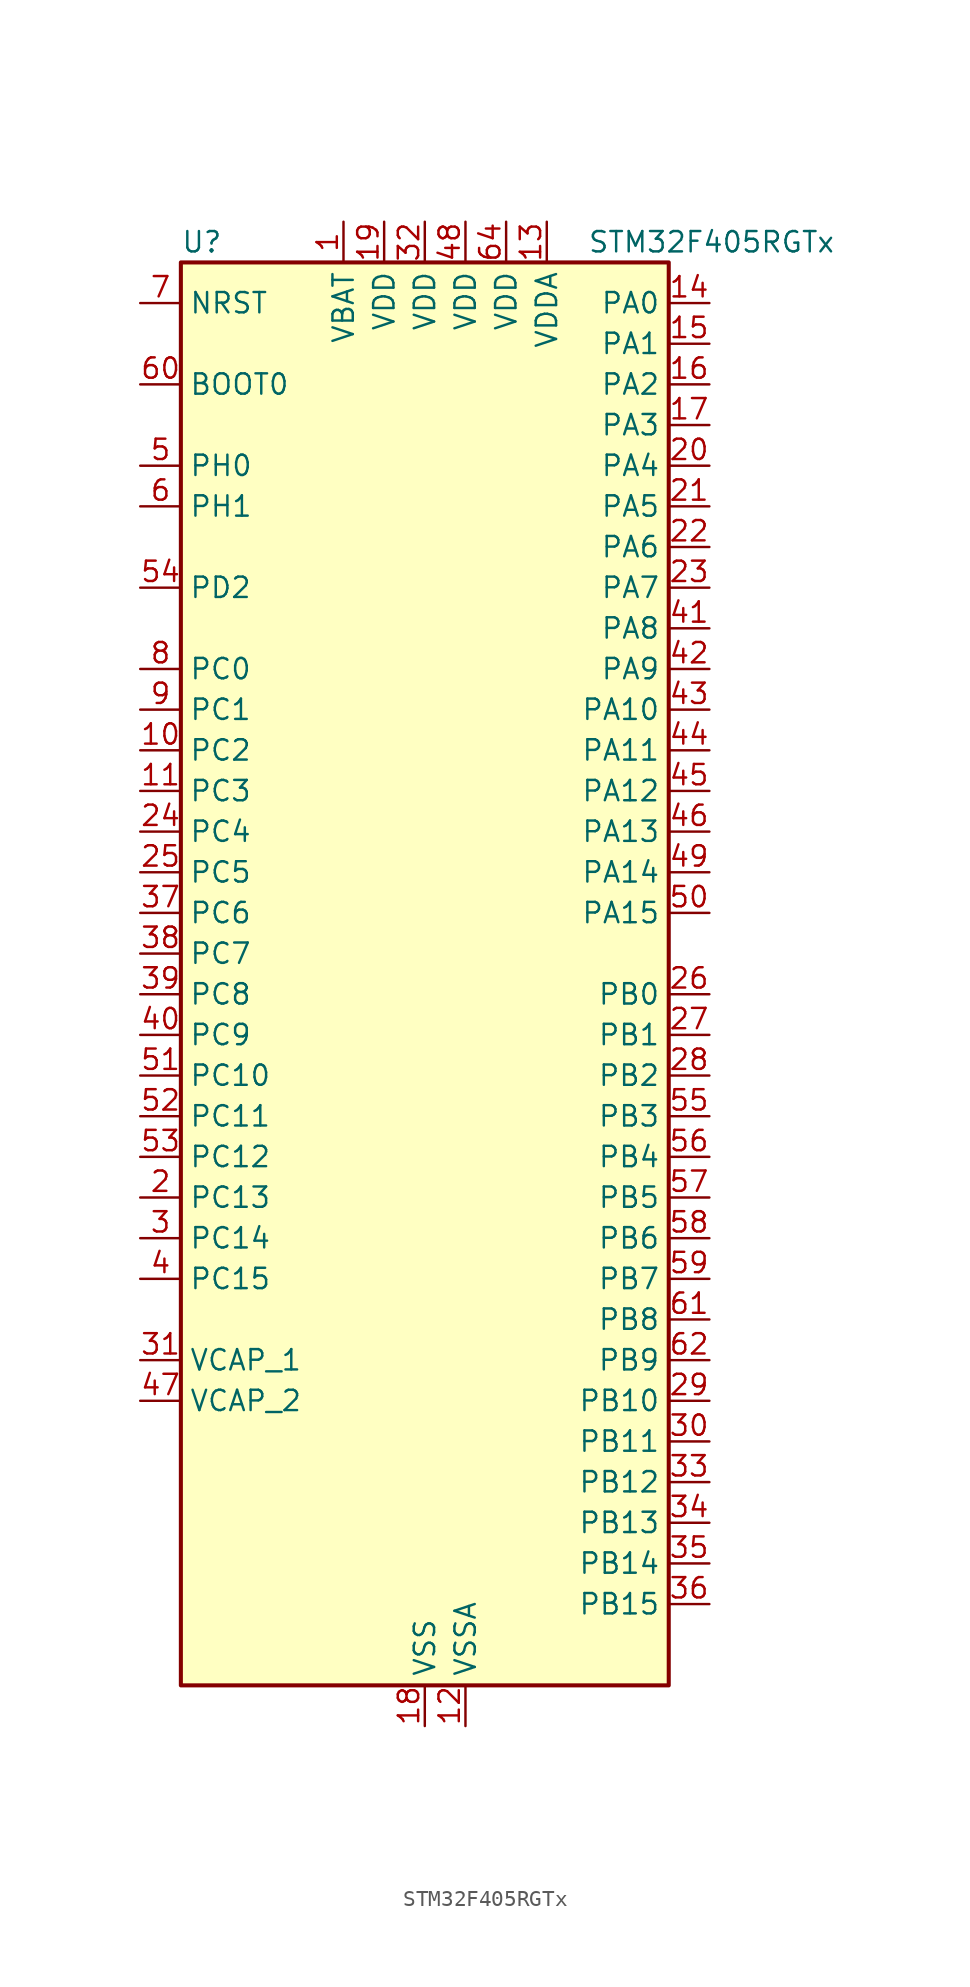
<source format=kicad_sym>
(kicad_symbol_lib
  (version 20220914)
  (generator kicad_symbol_editor)
  (symbol "STM32F405RGTx"
    (property "Reference" "U"
      (at -15.24 46.99 0)
      (effects (font (size 1.27 1.27)) (justify left)))
    (property "Value" "STM32F405RGTx"
      (at 10.16 46.99 0)
      (effects (font (size 1.27 1.27)) (justify left)))
    (property "ki_locked" ""
      (at 0 0 0)
      (effects (font (size 1.27 1.27))))
    (symbol "STM32F405RGTx_0_1"
      (rectangle (start -15.24 -43.18) (end 15.24 45.72) (stroke (width 0.254) (type default)) (fill (type background))))
    (symbol "STM32F405RGTx_1_1"
      (pin power_in line (at -5.08 48.26 270) (length 2.54) (name "VBAT" (effects (font (size 1.27 1.27)))) (number "1" (effects (font (size 1.27 1.27)))))
      (pin bidirectional line (at -17.78 15.24 0) (length 2.54) (name "PC2" (effects (font (size 1.27 1.27)))) (number "10" (effects (font (size 1.27 1.27)))) (alternate "ADC1_IN12" bidirectional line) (alternate "ADC2_IN12" bidirectional line) (alternate "ADC3_IN12" bidirectional line) (alternate "I2S2_ext_SD" bidirectional line) (alternate "SPI2_MISO" bidirectional line) (alternate "USB_OTG_HS_ULPI_DIR" bidirectional line))
      (pin bidirectional line (at -17.78 12.7 0) (length 2.54) (name "PC3" (effects (font (size 1.27 1.27)))) (number "11" (effects (font (size 1.27 1.27)))) (alternate "ADC1_IN13" bidirectional line) (alternate "ADC2_IN13" bidirectional line) (alternate "ADC3_IN13" bidirectional line) (alternate "I2S2_SD" bidirectional line) (alternate "SPI2_MOSI" bidirectional line) (alternate "USB_OTG_HS_ULPI_NXT" bidirectional line))
      (pin power_in line (at 2.54 -45.72 90) (length 2.54) (name "VSSA" (effects (font (size 1.27 1.27)))) (number "12" (effects (font (size 1.27 1.27)))))
      (pin power_in line (at 7.62 48.26 270) (length 2.54) (name "VDDA" (effects (font (size 1.27 1.27)))) (number "13" (effects (font (size 1.27 1.27)))))
      (pin bidirectional line (at 17.78 43.18 180) (length 2.54) (name "PA0" (effects (font (size 1.27 1.27)))) (number "14" (effects (font (size 1.27 1.27)))) (alternate "ADC1_IN0" bidirectional line) (alternate "ADC2_IN0" bidirectional line) (alternate "ADC3_IN0" bidirectional line) (alternate "SYS_WKUP" bidirectional line) (alternate "TIM2_CH1" bidirectional line) (alternate "TIM2_ETR" bidirectional line) (alternate "TIM5_CH1" bidirectional line) (alternate "TIM8_ETR" bidirectional line) (alternate "UART4_TX" bidirectional line) (alternate "USART2_CTS" bidirectional line))
      (pin bidirectional line (at 17.78 40.64 180) (length 2.54) (name "PA1" (effects (font (size 1.27 1.27)))) (number "15" (effects (font (size 1.27 1.27)))) (alternate "ADC1_IN1" bidirectional line) (alternate "ADC2_IN1" bidirectional line) (alternate "ADC3_IN1" bidirectional line) (alternate "TIM2_CH2" bidirectional line) (alternate "TIM5_CH2" bidirectional line) (alternate "UART4_RX" bidirectional line) (alternate "USART2_RTS" bidirectional line))
      (pin bidirectional line (at 17.78 38.1 180) (length 2.54) (name "PA2" (effects (font (size 1.27 1.27)))) (number "16" (effects (font (size 1.27 1.27)))) (alternate "ADC1_IN2" bidirectional line) (alternate "ADC2_IN2" bidirectional line) (alternate "ADC3_IN2" bidirectional line) (alternate "TIM2_CH3" bidirectional line) (alternate "TIM5_CH3" bidirectional line) (alternate "TIM9_CH1" bidirectional line) (alternate "USART2_TX" bidirectional line))
      (pin bidirectional line (at 17.78 35.56 180) (length 2.54) (name "PA3" (effects (font (size 1.27 1.27)))) (number "17" (effects (font (size 1.27 1.27)))) (alternate "ADC1_IN3" bidirectional line) (alternate "ADC2_IN3" bidirectional line) (alternate "ADC3_IN3" bidirectional line) (alternate "TIM2_CH4" bidirectional line) (alternate "TIM5_CH4" bidirectional line) (alternate "TIM9_CH2" bidirectional line) (alternate "USART2_RX" bidirectional line) (alternate "USB_OTG_HS_ULPI_D0" bidirectional line))
      (pin power_in line (at 0 -45.72 90) (length 2.54) (name "VSS" (effects (font (size 1.27 1.27)))) (number "18" (effects (font (size 1.27 1.27)))))
      (pin power_in line (at -2.54 48.26 270) (length 2.54) (name "VDD" (effects (font (size 1.27 1.27)))) (number "19" (effects (font (size 1.27 1.27)))))
      (pin bidirectional line (at -17.78 -12.7 0) (length 2.54) (name "PC13" (effects (font (size 1.27 1.27)))) (number "2" (effects (font (size 1.27 1.27)))) (alternate "RTC_AF1" bidirectional line))
      (pin bidirectional line (at 17.78 33.02 180) (length 2.54) (name "PA4" (effects (font (size 1.27 1.27)))) (number "20" (effects (font (size 1.27 1.27)))) (alternate "ADC1_IN4" bidirectional line) (alternate "ADC2_IN4" bidirectional line) (alternate "DAC_OUT1" bidirectional line) (alternate "I2S3_WS" bidirectional line) (alternate "SPI1_NSS" bidirectional line) (alternate "SPI3_NSS" bidirectional line) (alternate "USART2_CK" bidirectional line) (alternate "USB_OTG_HS_SOF" bidirectional line))
      (pin bidirectional line (at 17.78 30.48 180) (length 2.54) (name "PA5" (effects (font (size 1.27 1.27)))) (number "21" (effects (font (size 1.27 1.27)))) (alternate "ADC1_IN5" bidirectional line) (alternate "ADC2_IN5" bidirectional line) (alternate "DAC_OUT2" bidirectional line) (alternate "SPI1_SCK" bidirectional line) (alternate "TIM2_CH1" bidirectional line) (alternate "TIM2_ETR" bidirectional line) (alternate "TIM8_CH1N" bidirectional line) (alternate "USB_OTG_HS_ULPI_CK" bidirectional line))
      (pin bidirectional line (at 17.78 27.94 180) (length 2.54) (name "PA6" (effects (font (size 1.27 1.27)))) (number "22" (effects (font (size 1.27 1.27)))) (alternate "ADC1_IN6" bidirectional line) (alternate "ADC2_IN6" bidirectional line) (alternate "SPI1_MISO" bidirectional line) (alternate "TIM13_CH1" bidirectional line) (alternate "TIM1_BKIN" bidirectional line) (alternate "TIM3_CH1" bidirectional line) (alternate "TIM8_BKIN" bidirectional line))
      (pin bidirectional line (at 17.78 25.4 180) (length 2.54) (name "PA7" (effects (font (size 1.27 1.27)))) (number "23" (effects (font (size 1.27 1.27)))) (alternate "ADC1_IN7" bidirectional line) (alternate "ADC2_IN7" bidirectional line) (alternate "SPI1_MOSI" bidirectional line) (alternate "TIM14_CH1" bidirectional line) (alternate "TIM1_CH1N" bidirectional line) (alternate "TIM3_CH2" bidirectional line) (alternate "TIM8_CH1N" bidirectional line))
      (pin bidirectional line (at -17.78 10.16 0) (length 2.54) (name "PC4" (effects (font (size 1.27 1.27)))) (number "24" (effects (font (size 1.27 1.27)))) (alternate "ADC1_IN14" bidirectional line) (alternate "ADC2_IN14" bidirectional line))
      (pin bidirectional line (at -17.78 7.62 0) (length 2.54) (name "PC5" (effects (font (size 1.27 1.27)))) (number "25" (effects (font (size 1.27 1.27)))) (alternate "ADC1_IN15" bidirectional line) (alternate "ADC2_IN15" bidirectional line))
      (pin bidirectional line (at 17.78 0 180) (length 2.54) (name "PB0" (effects (font (size 1.27 1.27)))) (number "26" (effects (font (size 1.27 1.27)))) (alternate "ADC1_IN8" bidirectional line) (alternate "ADC2_IN8" bidirectional line) (alternate "TIM1_CH2N" bidirectional line) (alternate "TIM3_CH3" bidirectional line) (alternate "TIM8_CH2N" bidirectional line) (alternate "USB_OTG_HS_ULPI_D1" bidirectional line))
      (pin bidirectional line (at 17.78 -2.54 180) (length 2.54) (name "PB1" (effects (font (size 1.27 1.27)))) (number "27" (effects (font (size 1.27 1.27)))) (alternate "ADC1_IN9" bidirectional line) (alternate "ADC2_IN9" bidirectional line) (alternate "TIM1_CH3N" bidirectional line) (alternate "TIM3_CH4" bidirectional line) (alternate "TIM8_CH3N" bidirectional line) (alternate "USB_OTG_HS_ULPI_D2" bidirectional line))
      (pin bidirectional line (at 17.78 -5.08 180) (length 2.54) (name "PB2" (effects (font (size 1.27 1.27)))) (number "28" (effects (font (size 1.27 1.27)))))
      (pin bidirectional line (at 17.78 -25.4 180) (length 2.54) (name "PB10" (effects (font (size 1.27 1.27)))) (number "29" (effects (font (size 1.27 1.27)))) (alternate "I2C2_SCL" bidirectional line) (alternate "I2S2_CK" bidirectional line) (alternate "SPI2_SCK" bidirectional line) (alternate "TIM2_CH3" bidirectional line) (alternate "USART3_TX" bidirectional line) (alternate "USB_OTG_HS_ULPI_D3" bidirectional line))
      (pin bidirectional line (at -17.78 -15.24 0) (length 2.54) (name "PC14" (effects (font (size 1.27 1.27)))) (number "3" (effects (font (size 1.27 1.27)))) (alternate "RCC_OSC32_IN" bidirectional line))
      (pin bidirectional line (at 17.78 -27.94 180) (length 2.54) (name "PB11" (effects (font (size 1.27 1.27)))) (number "30" (effects (font (size 1.27 1.27)))) (alternate "ADC1_EXTI11" bidirectional line) (alternate "ADC2_EXTI11" bidirectional line) (alternate "ADC3_EXTI11" bidirectional line) (alternate "I2C2_SDA" bidirectional line) (alternate "TIM2_CH4" bidirectional line) (alternate "USART3_RX" bidirectional line) (alternate "USB_OTG_HS_ULPI_D4" bidirectional line))
      (pin power_out line (at -17.78 -22.86 0) (length 2.54) (name "VCAP_1" (effects (font (size 1.27 1.27)))) (number "31" (effects (font (size 1.27 1.27)))))
      (pin power_in line (at 0 48.26 270) (length 2.54) (name "VDD" (effects (font (size 1.27 1.27)))) (number "32" (effects (font (size 1.27 1.27)))))
      (pin bidirectional line (at 17.78 -30.48 180) (length 2.54) (name "PB12" (effects (font (size 1.27 1.27)))) (number "33" (effects (font (size 1.27 1.27)))) (alternate "CAN2_RX" bidirectional line) (alternate "I2C2_SMBA" bidirectional line) (alternate "I2S2_WS" bidirectional line) (alternate "SPI2_NSS" bidirectional line) (alternate "TIM1_BKIN" bidirectional line) (alternate "USART3_CK" bidirectional line) (alternate "USB_OTG_HS_ID" bidirectional line) (alternate "USB_OTG_HS_ULPI_D5" bidirectional line))
      (pin bidirectional line (at 17.78 -33.02 180) (length 2.54) (name "PB13" (effects (font (size 1.27 1.27)))) (number "34" (effects (font (size 1.27 1.27)))) (alternate "CAN2_TX" bidirectional line) (alternate "I2S2_CK" bidirectional line) (alternate "SPI2_SCK" bidirectional line) (alternate "TIM1_CH1N" bidirectional line) (alternate "USART3_CTS" bidirectional line) (alternate "USB_OTG_HS_ULPI_D6" bidirectional line) (alternate "USB_OTG_HS_VBUS" bidirectional line))
      (pin bidirectional line (at 17.78 -35.56 180) (length 2.54) (name "PB14" (effects (font (size 1.27 1.27)))) (number "35" (effects (font (size 1.27 1.27)))) (alternate "I2S2_ext_SD" bidirectional line) (alternate "SPI2_MISO" bidirectional line) (alternate "TIM12_CH1" bidirectional line) (alternate "TIM1_CH2N" bidirectional line) (alternate "TIM8_CH2N" bidirectional line) (alternate "USART3_RTS" bidirectional line) (alternate "USB_OTG_HS_DM" bidirectional line))
      (pin bidirectional line (at 17.78 -38.1 180) (length 2.54) (name "PB15" (effects (font (size 1.27 1.27)))) (number "36" (effects (font (size 1.27 1.27)))) (alternate "ADC1_EXTI15" bidirectional line) (alternate "ADC2_EXTI15" bidirectional line) (alternate "ADC3_EXTI15" bidirectional line) (alternate "I2S2_SD" bidirectional line) (alternate "RTC_REFIN" bidirectional line) (alternate "SPI2_MOSI" bidirectional line) (alternate "TIM12_CH2" bidirectional line) (alternate "TIM1_CH3N" bidirectional line) (alternate "TIM8_CH3N" bidirectional line) (alternate "USB_OTG_HS_DP" bidirectional line))
      (pin bidirectional line (at -17.78 5.08 0) (length 2.54) (name "PC6" (effects (font (size 1.27 1.27)))) (number "37" (effects (font (size 1.27 1.27)))) (alternate "I2S2_MCK" bidirectional line) (alternate "SDIO_D6" bidirectional line) (alternate "TIM3_CH1" bidirectional line) (alternate "TIM8_CH1" bidirectional line) (alternate "USART6_TX" bidirectional line))
      (pin bidirectional line (at -17.78 2.54 0) (length 2.54) (name "PC7" (effects (font (size 1.27 1.27)))) (number "38" (effects (font (size 1.27 1.27)))) (alternate "I2S3_MCK" bidirectional line) (alternate "SDIO_D7" bidirectional line) (alternate "TIM3_CH2" bidirectional line) (alternate "TIM8_CH2" bidirectional line) (alternate "USART6_RX" bidirectional line))
      (pin bidirectional line (at -17.78 0 0) (length 2.54) (name "PC8" (effects (font (size 1.27 1.27)))) (number "39" (effects (font (size 1.27 1.27)))) (alternate "SDIO_D0" bidirectional line) (alternate "TIM3_CH3" bidirectional line) (alternate "TIM8_CH3" bidirectional line) (alternate "USART6_CK" bidirectional line))
      (pin bidirectional line (at -17.78 -17.78 0) (length 2.54) (name "PC15" (effects (font (size 1.27 1.27)))) (number "4" (effects (font (size 1.27 1.27)))) (alternate "ADC1_EXTI15" bidirectional line) (alternate "ADC2_EXTI15" bidirectional line) (alternate "ADC3_EXTI15" bidirectional line) (alternate "RCC_OSC32_OUT" bidirectional line))
      (pin bidirectional line (at -17.78 -2.54 0) (length 2.54) (name "PC9" (effects (font (size 1.27 1.27)))) (number "40" (effects (font (size 1.27 1.27)))) (alternate "DAC_EXTI9" bidirectional line) (alternate "I2C3_SDA" bidirectional line) (alternate "I2S_CKIN" bidirectional line) (alternate "RCC_MCO_2" bidirectional line) (alternate "SDIO_D1" bidirectional line) (alternate "TIM3_CH4" bidirectional line) (alternate "TIM8_CH4" bidirectional line))
      (pin bidirectional line (at 17.78 22.86 180) (length 2.54) (name "PA8" (effects (font (size 1.27 1.27)))) (number "41" (effects (font (size 1.27 1.27)))) (alternate "I2C3_SCL" bidirectional line) (alternate "RCC_MCO_1" bidirectional line) (alternate "TIM1_CH1" bidirectional line) (alternate "USART1_CK" bidirectional line) (alternate "USB_OTG_FS_SOF" bidirectional line))
      (pin bidirectional line (at 17.78 20.32 180) (length 2.54) (name "PA9" (effects (font (size 1.27 1.27)))) (number "42" (effects (font (size 1.27 1.27)))) (alternate "DAC_EXTI9" bidirectional line) (alternate "I2C3_SMBA" bidirectional line) (alternate "TIM1_CH2" bidirectional line) (alternate "USART1_TX" bidirectional line) (alternate "USB_OTG_FS_VBUS" bidirectional line))
      (pin bidirectional line (at 17.78 17.78 180) (length 2.54) (name "PA10" (effects (font (size 1.27 1.27)))) (number "43" (effects (font (size 1.27 1.27)))) (alternate "TIM1_CH3" bidirectional line) (alternate "USART1_RX" bidirectional line) (alternate "USB_OTG_FS_ID" bidirectional line))
      (pin bidirectional line (at 17.78 15.24 180) (length 2.54) (name "PA11" (effects (font (size 1.27 1.27)))) (number "44" (effects (font (size 1.27 1.27)))) (alternate "ADC1_EXTI11" bidirectional line) (alternate "ADC2_EXTI11" bidirectional line) (alternate "ADC3_EXTI11" bidirectional line) (alternate "CAN1_RX" bidirectional line) (alternate "TIM1_CH4" bidirectional line) (alternate "USART1_CTS" bidirectional line) (alternate "USB_OTG_FS_DM" bidirectional line))
      (pin bidirectional line (at 17.78 12.7 180) (length 2.54) (name "PA12" (effects (font (size 1.27 1.27)))) (number "45" (effects (font (size 1.27 1.27)))) (alternate "CAN1_TX" bidirectional line) (alternate "TIM1_ETR" bidirectional line) (alternate "USART1_RTS" bidirectional line) (alternate "USB_OTG_FS_DP" bidirectional line))
      (pin bidirectional line (at 17.78 10.16 180) (length 2.54) (name "PA13" (effects (font (size 1.27 1.27)))) (number "46" (effects (font (size 1.27 1.27)))) (alternate "SYS_JTMS-SWDIO" bidirectional line))
      (pin power_out line (at -17.78 -25.4 0) (length 2.54) (name "VCAP_2" (effects (font (size 1.27 1.27)))) (number "47" (effects (font (size 1.27 1.27)))))
      (pin power_in line (at 2.54 48.26 270) (length 2.54) (name "VDD" (effects (font (size 1.27 1.27)))) (number "48" (effects (font (size 1.27 1.27)))))
      (pin bidirectional line (at 17.78 7.62 180) (length 2.54) (name "PA14" (effects (font (size 1.27 1.27)))) (number "49" (effects (font (size 1.27 1.27)))) (alternate "SYS_JTCK-SWCLK" bidirectional line))
      (pin bidirectional line (at -17.78 33.02 0) (length 2.54) (name "PH0" (effects (font (size 1.27 1.27)))) (number "5" (effects (font (size 1.27 1.27)))) (alternate "RCC_OSC_IN" bidirectional line))
      (pin bidirectional line (at 17.78 5.08 180) (length 2.54) (name "PA15" (effects (font (size 1.27 1.27)))) (number "50" (effects (font (size 1.27 1.27)))) (alternate "ADC1_EXTI15" bidirectional line) (alternate "ADC2_EXTI15" bidirectional line) (alternate "ADC3_EXTI15" bidirectional line) (alternate "I2S3_WS" bidirectional line) (alternate "SPI1_NSS" bidirectional line) (alternate "SPI3_NSS" bidirectional line) (alternate "SYS_JTDI" bidirectional line) (alternate "TIM2_CH1" bidirectional line) (alternate "TIM2_ETR" bidirectional line))
      (pin bidirectional line (at -17.78 -5.08 0) (length 2.54) (name "PC10" (effects (font (size 1.27 1.27)))) (number "51" (effects (font (size 1.27 1.27)))) (alternate "I2S3_CK" bidirectional line) (alternate "SDIO_D2" bidirectional line) (alternate "SPI3_SCK" bidirectional line) (alternate "UART4_TX" bidirectional line) (alternate "USART3_TX" bidirectional line))
      (pin bidirectional line (at -17.78 -7.62 0) (length 2.54) (name "PC11" (effects (font (size 1.27 1.27)))) (number "52" (effects (font (size 1.27 1.27)))) (alternate "ADC1_EXTI11" bidirectional line) (alternate "ADC2_EXTI11" bidirectional line) (alternate "ADC3_EXTI11" bidirectional line) (alternate "I2S3_ext_SD" bidirectional line) (alternate "SDIO_D3" bidirectional line) (alternate "SPI3_MISO" bidirectional line) (alternate "UART4_RX" bidirectional line) (alternate "USART3_RX" bidirectional line))
      (pin bidirectional line (at -17.78 -10.16 0) (length 2.54) (name "PC12" (effects (font (size 1.27 1.27)))) (number "53" (effects (font (size 1.27 1.27)))) (alternate "I2S3_SD" bidirectional line) (alternate "SDIO_CK" bidirectional line) (alternate "SPI3_MOSI" bidirectional line) (alternate "UART5_TX" bidirectional line) (alternate "USART3_CK" bidirectional line))
      (pin bidirectional line (at -17.78 25.4 0) (length 2.54) (name "PD2" (effects (font (size 1.27 1.27)))) (number "54" (effects (font (size 1.27 1.27)))) (alternate "SDIO_CMD" bidirectional line) (alternate "TIM3_ETR" bidirectional line) (alternate "UART5_RX" bidirectional line))
      (pin bidirectional line (at 17.78 -7.62 180) (length 2.54) (name "PB3" (effects (font (size 1.27 1.27)))) (number "55" (effects (font (size 1.27 1.27)))) (alternate "I2S3_CK" bidirectional line) (alternate "SPI1_SCK" bidirectional line) (alternate "SPI3_SCK" bidirectional line) (alternate "SYS_JTDO-SWO" bidirectional line) (alternate "TIM2_CH2" bidirectional line))
      (pin bidirectional line (at 17.78 -10.16 180) (length 2.54) (name "PB4" (effects (font (size 1.27 1.27)))) (number "56" (effects (font (size 1.27 1.27)))) (alternate "I2S3_ext_SD" bidirectional line) (alternate "SPI1_MISO" bidirectional line) (alternate "SPI3_MISO" bidirectional line) (alternate "SYS_JTRST" bidirectional line) (alternate "TIM3_CH1" bidirectional line))
      (pin bidirectional line (at 17.78 -12.7 180) (length 2.54) (name "PB5" (effects (font (size 1.27 1.27)))) (number "57" (effects (font (size 1.27 1.27)))) (alternate "CAN2_RX" bidirectional line) (alternate "I2C1_SMBA" bidirectional line) (alternate "I2S3_SD" bidirectional line) (alternate "SPI1_MOSI" bidirectional line) (alternate "SPI3_MOSI" bidirectional line) (alternate "TIM3_CH2" bidirectional line) (alternate "USB_OTG_HS_ULPI_D7" bidirectional line))
      (pin bidirectional line (at 17.78 -15.24 180) (length 2.54) (name "PB6" (effects (font (size 1.27 1.27)))) (number "58" (effects (font (size 1.27 1.27)))) (alternate "CAN2_TX" bidirectional line) (alternate "I2C1_SCL" bidirectional line) (alternate "TIM4_CH1" bidirectional line) (alternate "USART1_TX" bidirectional line))
      (pin bidirectional line (at 17.78 -17.78 180) (length 2.54) (name "PB7" (effects (font (size 1.27 1.27)))) (number "59" (effects (font (size 1.27 1.27)))) (alternate "I2C1_SDA" bidirectional line) (alternate "TIM4_CH2" bidirectional line) (alternate "USART1_RX" bidirectional line))
      (pin bidirectional line (at -17.78 30.48 0) (length 2.54) (name "PH1" (effects (font (size 1.27 1.27)))) (number "6" (effects (font (size 1.27 1.27)))) (alternate "RCC_OSC_OUT" bidirectional line))
      (pin input line (at -17.78 38.1 0) (length 2.54) (name "BOOT0" (effects (font (size 1.27 1.27)))) (number "60" (effects (font (size 1.27 1.27)))))
      (pin bidirectional line (at 17.78 -20.32 180) (length 2.54) (name "PB8" (effects (font (size 1.27 1.27)))) (number "61" (effects (font (size 1.27 1.27)))) (alternate "CAN1_RX" bidirectional line) (alternate "I2C1_SCL" bidirectional line) (alternate "SDIO_D4" bidirectional line) (alternate "TIM10_CH1" bidirectional line) (alternate "TIM4_CH3" bidirectional line))
      (pin bidirectional line (at 17.78 -22.86 180) (length 2.54) (name "PB9" (effects (font (size 1.27 1.27)))) (number "62" (effects (font (size 1.27 1.27)))) (alternate "CAN1_TX" bidirectional line) (alternate "DAC_EXTI9" bidirectional line) (alternate "I2C1_SDA" bidirectional line) (alternate "I2S2_WS" bidirectional line) (alternate "SDIO_D5" bidirectional line) (alternate "SPI2_NSS" bidirectional line) (alternate "TIM11_CH1" bidirectional line) (alternate "TIM4_CH4" bidirectional line))
      (pin passive line (at 0 -45.72 90) (length 2.54) hide (name "VSS" (effects (font (size 1.27 1.27)))) (number "63" (effects (font (size 1.27 1.27)))))
      (pin power_in line (at 5.08 48.26 270) (length 2.54) (name "VDD" (effects (font (size 1.27 1.27)))) (number "64" (effects (font (size 1.27 1.27)))))
      (pin input line (at -17.78 43.18 0) (length 2.54) (name "NRST" (effects (font (size 1.27 1.27)))) (number "7" (effects (font (size 1.27 1.27)))))
      (pin bidirectional line (at -17.78 20.32 0) (length 2.54) (name "PC0" (effects (font (size 1.27 1.27)))) (number "8" (effects (font (size 1.27 1.27)))) (alternate "ADC1_IN10" bidirectional line) (alternate "ADC2_IN10" bidirectional line) (alternate "ADC3_IN10" bidirectional line) (alternate "USB_OTG_HS_ULPI_STP" bidirectional line))
      (pin bidirectional line (at -17.78 17.78 0) (length 2.54) (name "PC1" (effects (font (size 1.27 1.27)))) (number "9" (effects (font (size 1.27 1.27)))) (alternate "ADC1_IN11" bidirectional line) (alternate "ADC2_IN11" bidirectional line) (alternate "ADC3_IN11" bidirectional line)))))
</source>
